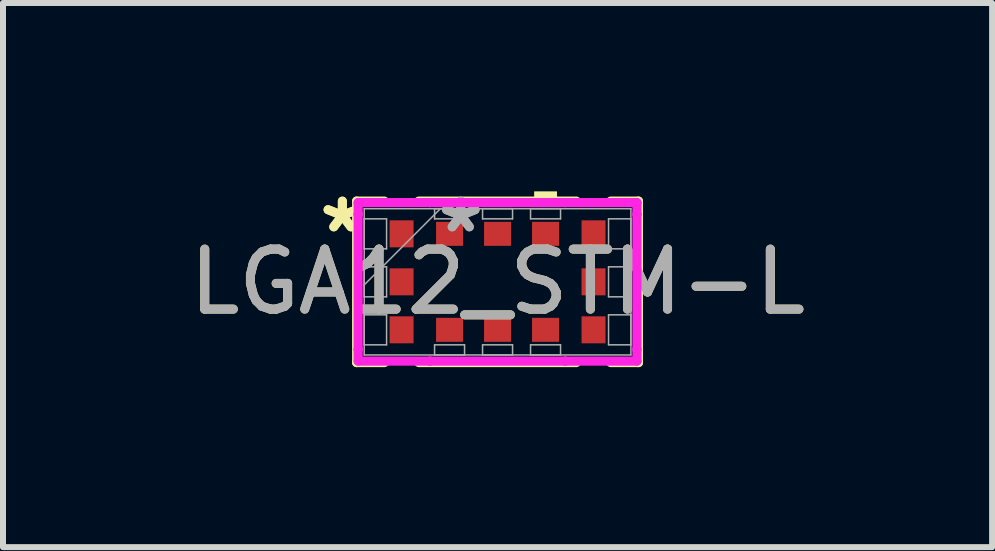
<source format=kicad_pcb>
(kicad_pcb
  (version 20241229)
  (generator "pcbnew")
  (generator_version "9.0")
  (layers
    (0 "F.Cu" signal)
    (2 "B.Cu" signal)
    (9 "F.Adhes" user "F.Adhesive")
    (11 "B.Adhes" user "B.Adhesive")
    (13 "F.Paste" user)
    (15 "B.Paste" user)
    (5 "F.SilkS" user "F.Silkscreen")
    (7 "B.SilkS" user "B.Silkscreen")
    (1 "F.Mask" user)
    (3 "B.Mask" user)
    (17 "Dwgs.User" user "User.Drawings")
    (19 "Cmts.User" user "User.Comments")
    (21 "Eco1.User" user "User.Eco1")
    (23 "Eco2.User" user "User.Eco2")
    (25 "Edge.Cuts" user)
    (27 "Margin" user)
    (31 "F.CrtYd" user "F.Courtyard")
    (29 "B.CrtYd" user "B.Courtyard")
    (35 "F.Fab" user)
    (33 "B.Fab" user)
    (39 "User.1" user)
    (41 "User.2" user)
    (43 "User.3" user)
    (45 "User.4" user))
  (footprint "LGA12_STM-L"
    (layer "F.Cu")
    (at 5.244 1.648)
    (property "Reference" "LGA12_STM-L" (at 0 0 0) (unlocked yes) (layer "F.SilkS") (effects (font (size 1 1) (thickness 0.15))))
    (attr smd)
    (fp_line (start -2.349 -1.346) (end -2.349 1.346) (stroke (width 0.152) (type solid)) (layer "F.SilkS"))
    (fp_line (start -2.349 1.346) (end -1.887 1.346) (stroke (width 0.152) (type solid)) (layer "F.SilkS"))
    (fp_line (start -1.887 -1.346) (end -2.349 -1.346) (stroke (width 0.152) (type solid)) (layer "F.SilkS"))
    (fp_line (start -1.313 1.346) (end 1.313 1.346) (stroke (width 0.152) (type solid)) (layer "F.SilkS"))
    (fp_line (start 1.313 -1.346) (end -1.313 -1.346) (stroke (width 0.152) (type solid)) (layer "F.SilkS"))
    (fp_line (start 1.887 1.346) (end 2.349 1.346) (stroke (width 0.152) (type solid)) (layer "F.SilkS"))
    (fp_line (start 2.349 -1.346) (end 1.887 -1.346) (stroke (width 0.152) (type solid)) (layer "F.SilkS"))
    (fp_line (start 2.349 1.346) (end 2.349 -1.346) (stroke (width 0.152) (type solid)) (layer "F.SilkS"))
    (fp_poly (pts (xy 0.61 -1.254) (xy 0.61 -1.508) (xy 0.991 -1.508) (xy 0.991 -1.254)) (stroke (width 0) (type solid)) (fill yes) (layer "F.SilkS"))
    (fp_line (start -2.324 -1.321) (end -1.127 -1.321) (stroke (width 0.152) (type solid)) (layer "F.CrtYd"))
    (fp_line (start -2.324 -1.127) (end -2.324 -1.321) (stroke (width 0.152) (type solid)) (layer "F.CrtYd"))
    (fp_line (start -2.324 -1.127) (end -2.324 -1.127) (stroke (width 0.152) (type solid)) (layer "F.CrtYd"))
    (fp_line (start -2.324 1.127) (end -2.324 -1.127) (stroke (width 0.152) (type solid)) (layer "F.CrtYd"))
    (fp_line (start -2.324 1.127) (end -2.324 1.127) (stroke (width 0.152) (type solid)) (layer "F.CrtYd"))
    (fp_line (start -2.324 1.321) (end -2.324 1.127) (stroke (width 0.152) (type solid)) (layer "F.CrtYd"))
    (fp_line (start -1.127 -1.321) (end -1.127 -1.321) (stroke (width 0.152) (type solid)) (layer "F.CrtYd"))
    (fp_line (start -1.127 -1.321) (end 1.127 -1.321) (stroke (width 0.152) (type solid)) (layer "F.CrtYd"))
    (fp_line (start -1.127 1.321) (end -2.324 1.321) (stroke (width 0.152) (type solid)) (layer "F.CrtYd"))
    (fp_line (start -1.127 1.321) (end -1.127 1.321) (stroke (width 0.152) (type solid)) (layer "F.CrtYd"))
    (fp_line (start 1.127 -1.321) (end 1.127 -1.321) (stroke (width 0.152) (type solid)) (layer "F.CrtYd"))
    (fp_line (start 1.127 -1.321) (end 2.324 -1.321) (stroke (width 0.152) (type solid)) (layer "F.CrtYd"))
    (fp_line (start 1.127 1.321) (end -1.127 1.321) (stroke (width 0.152) (type solid)) (layer "F.CrtYd"))
    (fp_line (start 1.127 1.321) (end 1.127 1.321) (stroke (width 0.152) (type solid)) (layer "F.CrtYd"))
    (fp_line (start 2.324 -1.321) (end 2.324 -1.127) (stroke (width 0.152) (type solid)) (layer "F.CrtYd"))
    (fp_line (start 2.324 -1.127) (end 2.324 -1.127) (stroke (width 0.152) (type solid)) (layer "F.CrtYd"))
    (fp_line (start 2.324 -1.127) (end 2.324 1.127) (stroke (width 0.152) (type solid)) (layer "F.CrtYd"))
    (fp_line (start 2.324 1.127) (end 2.324 1.127) (stroke (width 0.152) (type solid)) (layer "F.CrtYd"))
    (fp_line (start 2.324 1.127) (end 2.324 1.321) (stroke (width 0.152) (type solid)) (layer "F.CrtYd"))
    (fp_line (start 2.324 1.321) (end 1.127 1.321) (stroke (width 0.152) (type solid)) (layer "F.CrtYd"))
    (fp_line (start -2.223 -1.219) (end -2.223 1.219) (stroke (width 0.025) (type solid)) (layer "F.Fab"))
    (fp_line (start -2.223 -1.05) (end -1.85 -1.05) (stroke (width 0.025) (type solid)) (layer "F.Fab"))
    (fp_line (start -2.223 -0.55) (end -2.223 -1.05) (stroke (width 0.025) (type solid)) (layer "F.Fab"))
    (fp_line (start -2.223 -0.25) (end -1.85 -0.25) (stroke (width 0.025) (type solid)) (layer "F.Fab"))
    (fp_line (start -2.223 0.051) (end -0.953 -1.219) (stroke (width 0.025) (type solid)) (layer "F.Fab"))
    (fp_line (start -2.223 0.25) (end -2.223 -0.25) (stroke (width 0.025) (type solid)) (layer "F.Fab"))
    (fp_line (start -2.223 0.55) (end -1.85 0.55) (stroke (width 0.025) (type solid)) (layer "F.Fab"))
    (fp_line (start -2.223 1.05) (end -2.223 0.55) (stroke (width 0.025) (type solid)) (layer "F.Fab"))
    (fp_line (start -2.223 1.219) (end 2.223 1.219) (stroke (width 0.025) (type solid)) (layer "F.Fab"))
    (fp_line (start -1.85 -1.05) (end -1.85 -0.55) (stroke (width 0.025) (type solid)) (layer "F.Fab"))
    (fp_line (start -1.85 -0.55) (end -2.223 -0.55) (stroke (width 0.025) (type solid)) (layer "F.Fab"))
    (fp_line (start -1.85 -0.25) (end -1.85 0.25) (stroke (width 0.025) (type solid)) (layer "F.Fab"))
    (fp_line (start -1.85 0.25) (end -2.223 0.25) (stroke (width 0.025) (type solid)) (layer "F.Fab"))
    (fp_line (start -1.85 0.55) (end -1.85 1.05) (stroke (width 0.025) (type solid)) (layer "F.Fab"))
    (fp_line (start -1.85 1.05) (end -2.223 1.05) (stroke (width 0.025) (type solid)) (layer "F.Fab"))
    (fp_line (start -1.05 -1.219) (end -0.55 -1.219) (stroke (width 0.025) (type solid)) (layer "F.Fab"))
    (fp_line (start -1.05 -1.05) (end -1.05 -1.219) (stroke (width 0.025) (type solid)) (layer "F.Fab"))
    (fp_line (start -1.05 1.05) (end -0.55 1.05) (stroke (width 0.025) (type solid)) (layer "F.Fab"))
    (fp_line (start -1.05 1.219) (end -1.05 1.05) (stroke (width 0.025) (type solid)) (layer "F.Fab"))
    (fp_line (start -0.55 -1.219) (end -0.55 -1.05) (stroke (width 0.025) (type solid)) (layer "F.Fab"))
    (fp_line (start -0.55 -1.05) (end -1.05 -1.05) (stroke (width 0.025) (type solid)) (layer "F.Fab"))
    (fp_line (start -0.55 1.05) (end -0.55 1.219) (stroke (width 0.025) (type solid)) (layer "F.Fab"))
    (fp_line (start -0.55 1.219) (end -1.05 1.219) (stroke (width 0.025) (type solid)) (layer "F.Fab"))
    (fp_line (start -0.25 -1.219) (end 0.25 -1.219) (stroke (width 0.025) (type solid)) (layer "F.Fab"))
    (fp_line (start -0.25 -1.05) (end -0.25 -1.219) (stroke (width 0.025) (type solid)) (layer "F.Fab"))
    (fp_line (start -0.25 1.05) (end 0.25 1.05) (stroke (width 0.025) (type solid)) (layer "F.Fab"))
    (fp_line (start -0.25 1.219) (end -0.25 1.05) (stroke (width 0.025) (type solid)) (layer "F.Fab"))
    (fp_line (start 0.25 -1.219) (end 0.25 -1.05) (stroke (width 0.025) (type solid)) (layer "F.Fab"))
    (fp_line (start 0.25 -1.05) (end -0.25 -1.05) (stroke (width 0.025) (type solid)) (layer "F.Fab"))
    (fp_line (start 0.25 1.05) (end 0.25 1.219) (stroke (width 0.025) (type solid)) (layer "F.Fab"))
    (fp_line (start 0.25 1.219) (end -0.25 1.219) (stroke (width 0.025) (type solid)) (layer "F.Fab"))
    (fp_line (start 0.55 -1.219) (end 1.05 -1.219) (stroke (width 0.025) (type solid)) (layer "F.Fab"))
    (fp_line (start 0.55 -1.05) (end 0.55 -1.219) (stroke (width 0.025) (type solid)) (layer "F.Fab"))
    (fp_line (start 0.55 1.05) (end 1.05 1.05) (stroke (width 0.025) (type solid)) (layer "F.Fab"))
    (fp_line (start 0.55 1.219) (end 0.55 1.05) (stroke (width 0.025) (type solid)) (layer "F.Fab"))
    (fp_line (start 1.05 -1.219) (end 1.05 -1.05) (stroke (width 0.025) (type solid)) (layer "F.Fab"))
    (fp_line (start 1.05 -1.05) (end 0.55 -1.05) (stroke (width 0.025) (type solid)) (layer "F.Fab"))
    (fp_line (start 1.05 1.05) (end 1.05 1.219) (stroke (width 0.025) (type solid)) (layer "F.Fab"))
    (fp_line (start 1.05 1.219) (end 0.55 1.219) (stroke (width 0.025) (type solid)) (layer "F.Fab"))
    (fp_line (start 1.85 -1.05) (end 2.223 -1.05) (stroke (width 0.025) (type solid)) (layer "F.Fab"))
    (fp_line (start 1.85 -0.55) (end 1.85 -1.05) (stroke (width 0.025) (type solid)) (layer "F.Fab"))
    (fp_line (start 1.85 -0.25) (end 2.223 -0.25) (stroke (width 0.025) (type solid)) (layer "F.Fab"))
    (fp_line (start 1.85 0.25) (end 1.85 -0.25) (stroke (width 0.025) (type solid)) (layer "F.Fab"))
    (fp_line (start 1.85 0.55) (end 2.223 0.55) (stroke (width 0.025) (type solid)) (layer "F.Fab"))
    (fp_line (start 1.85 1.05) (end 1.85 0.55) (stroke (width 0.025) (type solid)) (layer "F.Fab"))
    (fp_line (start 2.223 -1.219) (end -2.223 -1.219) (stroke (width 0.025) (type solid)) (layer "F.Fab"))
    (fp_line (start 2.223 -1.05) (end 2.223 -0.55) (stroke (width 0.025) (type solid)) (layer "F.Fab"))
    (fp_line (start 2.223 -0.55) (end 1.85 -0.55) (stroke (width 0.025) (type solid)) (layer "F.Fab"))
    (fp_line (start 2.223 -0.25) (end 2.223 0.25) (stroke (width 0.025) (type solid)) (layer "F.Fab"))
    (fp_line (start 2.223 0.25) (end 1.85 0.25) (stroke (width 0.025) (type solid)) (layer "F.Fab"))
    (fp_line (start 2.223 0.55) (end 2.223 1.05) (stroke (width 0.025) (type solid)) (layer "F.Fab"))
    (fp_line (start 2.223 1.05) (end 1.85 1.05) (stroke (width 0.025) (type solid)) (layer "F.Fab"))
    (fp_line (start 2.223 1.219) (end 2.223 -1.219) (stroke (width 0.025) (type solid)) (layer "F.Fab"))
    (fp_text user "*" (at -2.587 -0.8 0) (unlocked yes) (layer "F.SilkS") (effects (font (size 1 1) (thickness 0.15))))
    (fp_text user "*" (at -2.587 -0.8 0) (layer "F.SilkS") (effects (font (size 1 1) (thickness 0.15))))
    (fp_text user "${REFERENCE}" (at 0 0 0) (unlocked yes) (layer "F.Fab") (effects (font (size 1 1) (thickness 0.15))))
    (fp_text user "*" (at -0.613 -0.8 0) (layer "F.Fab") (effects (font (size 1 1) (thickness 0.15))))
    (fp_text user "*" (at -0.613 -0.8 0) (unlocked yes) (layer "F.Fab") (effects (font (size 1 1) (thickness 0.15))))
    (pad "1" smd rect (at -1.6 -0.8 90) (size 0.45 0.4) (layers "F.Cu" "F.Mask" "F.Paste"))
    (pad "2" smd rect (at -0.8 -0.8) (size 0.45 0.4) (layers "F.Cu" "F.Mask" "F.Paste"))
    (pad "3" smd rect (at 0 -0.8) (size 0.45 0.4) (layers "F.Cu" "F.Mask" "F.Paste"))
    (pad "4" smd rect (at 0.8 -0.8) (size 0.45 0.4) (layers "F.Cu" "F.Mask" "F.Paste"))
    (pad "5" smd rect (at 1.6 -0.8 90) (size 0.45 0.4) (layers "F.Cu" "F.Mask" "F.Paste"))
    (pad "6" smd rect (at 1.6 0 90) (size 0.45 0.4) (layers "F.Cu" "F.Mask" "F.Paste"))
    (pad "7" smd rect (at 1.6 0.8 90) (size 0.45 0.4) (layers "F.Cu" "F.Mask" "F.Paste"))
    (pad "8" smd rect (at 0.8 0.8) (size 0.45 0.4) (layers "F.Cu" "F.Mask" "F.Paste"))
    (pad "9" smd rect (at 0 0.8) (size 0.45 0.4) (layers "F.Cu" "F.Mask" "F.Paste"))
    (pad "10" smd rect (at -0.8 0.8) (size 0.45 0.4) (layers "F.Cu" "F.Mask" "F.Paste"))
    (pad "11" smd rect (at -1.6 0.8 90) (size 0.45 0.4) (layers "F.Cu" "F.Mask" "F.Paste"))
    (pad "12" smd rect (at -1.6 0 90) (size 0.45 0.4) (layers "F.Cu" "F.Mask" "F.Paste")))
  (gr_rect
    (start -3 -3)
    (end 13.488 6.071)
    (stroke (width 0.1) (type default))
    (fill no)
    (layer "Edge.Cuts")))
</source>
